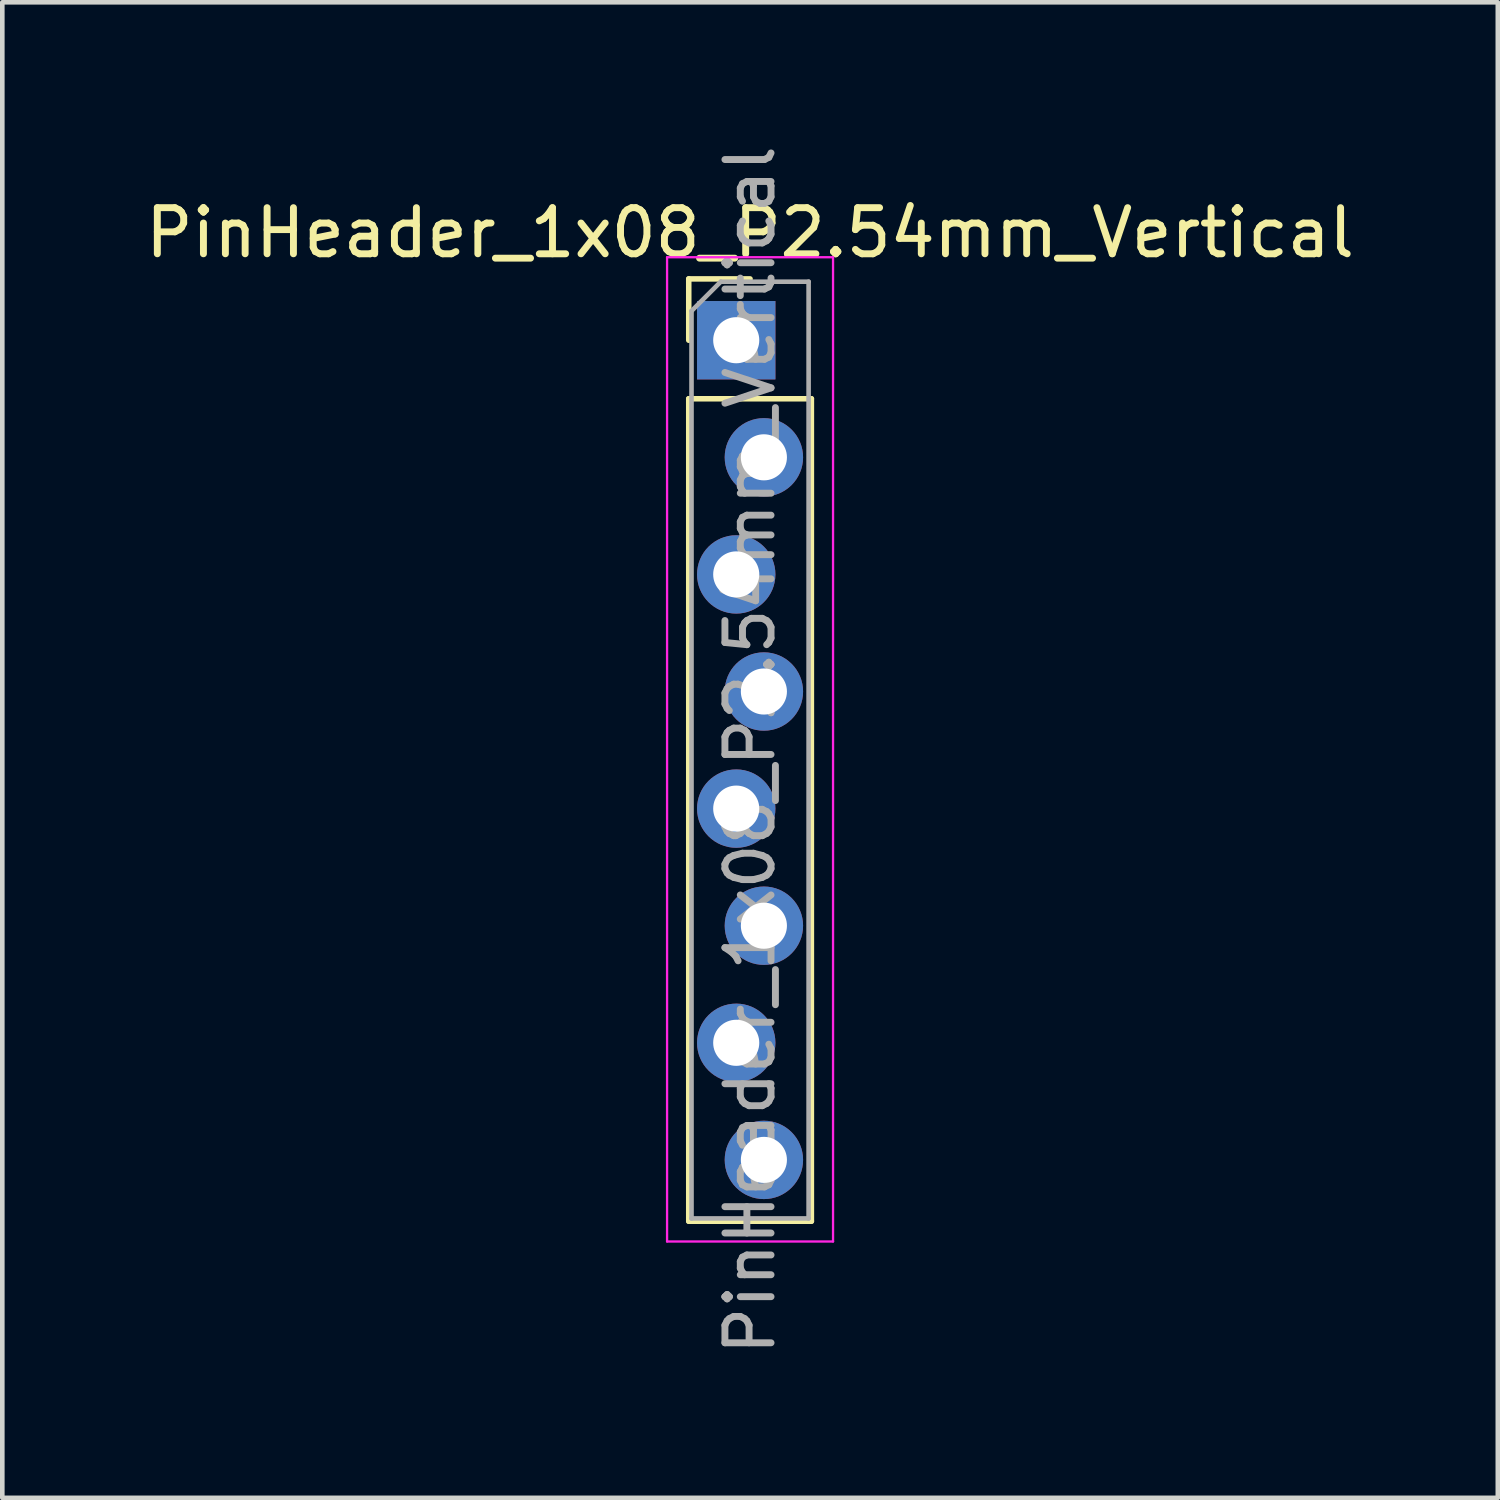
<source format=kicad_pcb>
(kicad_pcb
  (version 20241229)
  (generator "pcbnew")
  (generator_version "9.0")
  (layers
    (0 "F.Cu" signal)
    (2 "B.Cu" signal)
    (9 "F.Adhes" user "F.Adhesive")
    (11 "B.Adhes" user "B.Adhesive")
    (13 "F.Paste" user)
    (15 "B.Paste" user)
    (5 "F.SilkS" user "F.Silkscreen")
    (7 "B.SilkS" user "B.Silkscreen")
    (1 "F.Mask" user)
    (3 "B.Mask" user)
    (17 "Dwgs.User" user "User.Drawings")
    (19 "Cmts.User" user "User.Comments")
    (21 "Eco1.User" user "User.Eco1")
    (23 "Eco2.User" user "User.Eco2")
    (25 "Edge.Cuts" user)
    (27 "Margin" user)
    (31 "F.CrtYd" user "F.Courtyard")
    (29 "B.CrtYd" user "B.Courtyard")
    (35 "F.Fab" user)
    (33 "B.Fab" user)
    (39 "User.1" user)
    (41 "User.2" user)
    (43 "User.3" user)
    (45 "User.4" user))
  (footprint "PinHeader_1x08_P2.54mm_Vertical"
    (layer "F.Cu")
    (at 13.22 4.33)
    (property "Reference" "PinHeader_1x08_P2.54mm_Vertical" (at 0 -2.33 0) (layer "F.SilkS") (effects (font (size 1 1) (thickness 0.15))))
    (attr through_hole)
    (fp_line (start -1.33 -1.33) (end 0 -1.33) (stroke (width 0.12) (type solid)) (layer "F.SilkS"))
    (fp_line (start -1.33 0) (end -1.33 -1.33) (stroke (width 0.12) (type solid)) (layer "F.SilkS"))
    (fp_line (start -1.33 1.27) (end -1.33 19.11) (stroke (width 0.12) (type solid)) (layer "F.SilkS"))
    (fp_line (start -1.33 1.27) (end 1.33 1.27) (stroke (width 0.12) (type solid)) (layer "F.SilkS"))
    (fp_line (start -1.33 19.11) (end 1.33 19.11) (stroke (width 0.12) (type solid)) (layer "F.SilkS"))
    (fp_line (start 1.33 1.27) (end 1.33 19.11) (stroke (width 0.12) (type solid)) (layer "F.SilkS"))
    (fp_line (start -1.8 -1.8) (end -1.8 19.55) (stroke (width 0.05) (type solid)) (layer "F.CrtYd"))
    (fp_line (start -1.8 19.55) (end 1.8 19.55) (stroke (width 0.05) (type solid)) (layer "F.CrtYd"))
    (fp_line (start 1.8 -1.8) (end -1.8 -1.8) (stroke (width 0.05) (type solid)) (layer "F.CrtYd"))
    (fp_line (start 1.8 19.55) (end 1.8 -1.8) (stroke (width 0.05) (type solid)) (layer "F.CrtYd"))
    (fp_line (start -1.27 -0.635) (end -0.635 -1.27) (stroke (width 0.1) (type solid)) (layer "F.Fab"))
    (fp_line (start -1.27 19.05) (end -1.27 -0.635) (stroke (width 0.1) (type solid)) (layer "F.Fab"))
    (fp_line (start -0.635 -1.27) (end 1.27 -1.27) (stroke (width 0.1) (type solid)) (layer "F.Fab"))
    (fp_line (start 1.27 -1.27) (end 1.27 19.05) (stroke (width 0.1) (type solid)) (layer "F.Fab"))
    (fp_line (start 1.27 19.05) (end -1.27 19.05) (stroke (width 0.1) (type solid)) (layer "F.Fab"))
    (fp_text user "${REFERENCE}" (at 0 8.89 90) (layer "F.Fab") (effects (font (size 1 1) (thickness 0.15))))
    (pad "1" thru_hole rect (at -0.3 0) (size 1.7 1.7) (drill 1) (layers "*.Cu" "*.Mask"))
    (pad "2" thru_hole oval (at 0.3 2.54) (size 1.7 1.7) (drill 1) (layers "*.Cu" "*.Mask"))
    (pad "3" thru_hole oval (at -0.3 5.08) (size 1.7 1.7) (drill 1) (layers "*.Cu" "*.Mask"))
    (pad "4" thru_hole oval (at 0.3 7.62) (size 1.7 1.7) (drill 1) (layers "*.Cu" "*.Mask"))
    (pad "5" thru_hole oval (at -0.3 10.16) (size 1.7 1.7) (drill 1) (layers "*.Cu" "*.Mask"))
    (pad "6" thru_hole oval (at 0.3 12.7) (size 1.7 1.7) (drill 1) (layers "*.Cu" "*.Mask"))
    (pad "7" thru_hole oval (at -0.3 15.24) (size 1.7 1.7) (drill 1) (layers "*.Cu" "*.Mask"))
    (pad "8" thru_hole oval (at 0.3 17.78) (size 1.7 1.7) (drill 1) (layers "*.Cu" "*.Mask")))
  (gr_rect
    (start -3 -3)
    (end 29.44 29.44)
    (stroke (width 0.1) (type default))
    (fill no)
    (layer "Edge.Cuts")))
</source>
